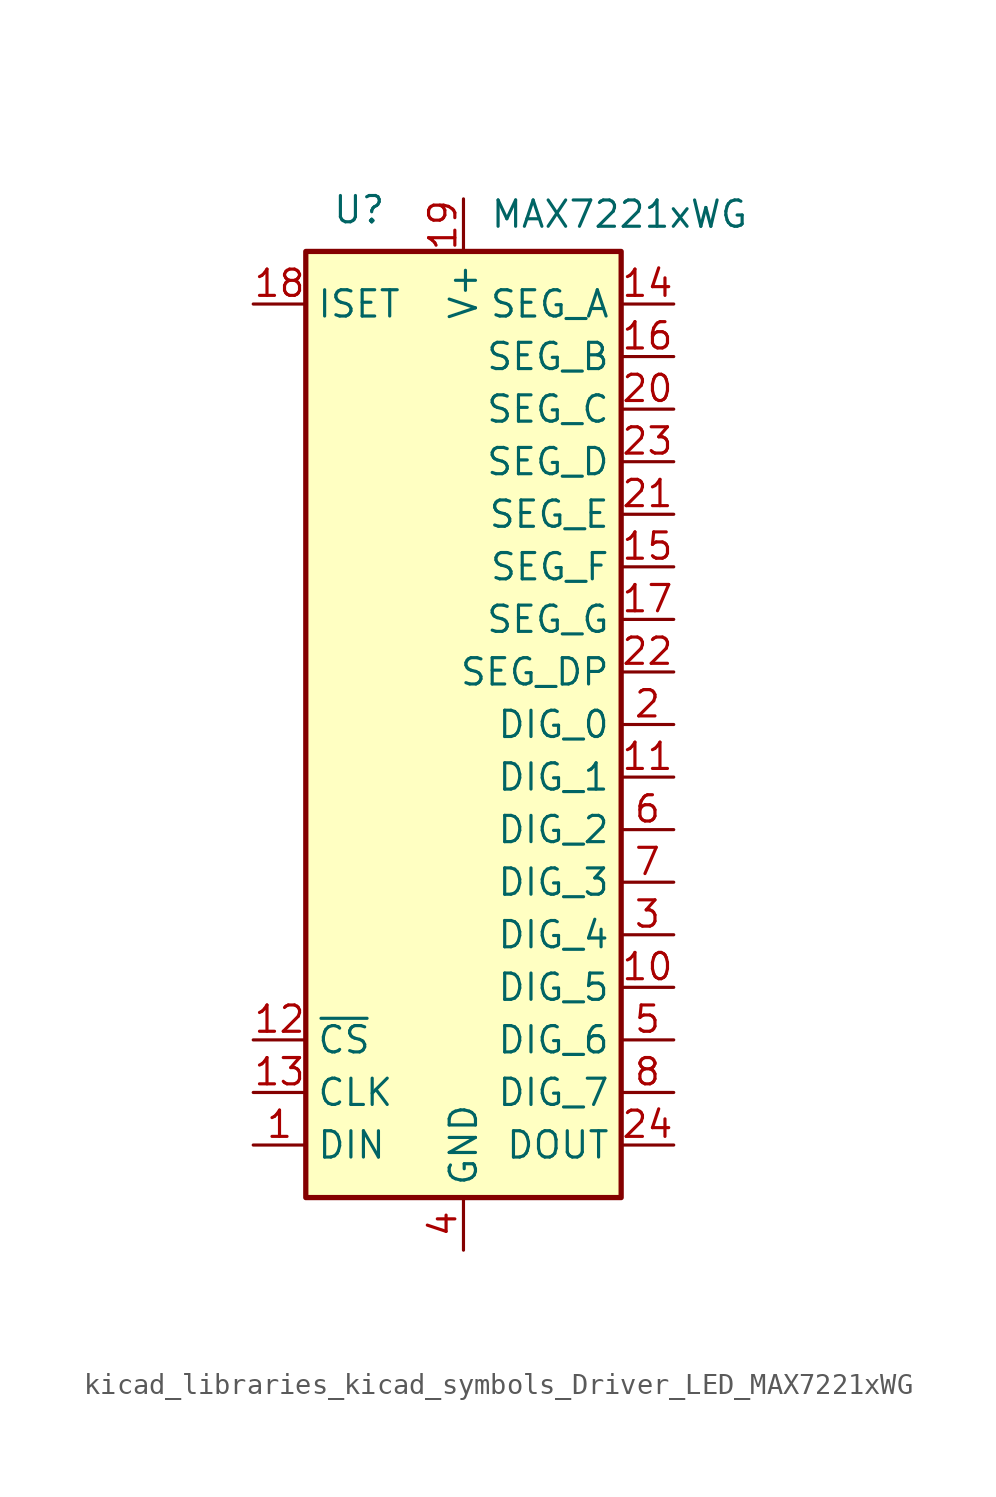
<source format=kicad_sym>
(kicad_symbol_lib
  (version 20220914)
  (generator kicad_symbol_editor)
  (symbol "kicad_libraries_kicad_symbols_Driver_LED_MAX7221xWG"
    (property "Reference" "U"
      (at -6.35 24.13 0)
      (effects (font (size 1.27 1.27)) (justify left bottom)))
    (property "Value" "MAX7221xWG"
      (at 1.27 25.4 0)
      (effects (font (size 1.27 1.27)) (justify left top)))
    (symbol "kicad_libraries_kicad_symbols_Driver_LED_MAX7221xWG_0_1"
      (rectangle (start -7.62 22.86) (end 7.62 -22.86) (stroke (width 0.254) (type default)) (fill (type background))))
    (symbol "kicad_libraries_kicad_symbols_Driver_LED_MAX7221xWG_1_1"
      (pin input line (at -10.16 -20.32 0) (length 2.54) (name "DIN" (effects (font (size 1.27 1.27)))) (number "1" (effects (font (size 1.27 1.27)))))
      (pin open_collector line (at 10.16 -12.7 180) (length 2.54) (name "DIG_5" (effects (font (size 1.27 1.27)))) (number "10" (effects (font (size 1.27 1.27)))))
      (pin open_collector line (at 10.16 -2.54 180) (length 2.54) (name "DIG_1" (effects (font (size 1.27 1.27)))) (number "11" (effects (font (size 1.27 1.27)))))
      (pin input line (at -10.16 -15.24 0) (length 2.54) (name "~{CS}" (effects (font (size 1.27 1.27)))) (number "12" (effects (font (size 1.27 1.27)))))
      (pin input line (at -10.16 -17.78 0) (length 2.54) (name "CLK" (effects (font (size 1.27 1.27)))) (number "13" (effects (font (size 1.27 1.27)))))
      (pin open_emitter line (at 10.16 20.32 180) (length 2.54) (name "SEG_A" (effects (font (size 1.27 1.27)))) (number "14" (effects (font (size 1.27 1.27)))))
      (pin open_emitter line (at 10.16 7.62 180) (length 2.54) (name "SEG_F" (effects (font (size 1.27 1.27)))) (number "15" (effects (font (size 1.27 1.27)))))
      (pin open_emitter line (at 10.16 17.78 180) (length 2.54) (name "SEG_B" (effects (font (size 1.27 1.27)))) (number "16" (effects (font (size 1.27 1.27)))))
      (pin open_emitter line (at 10.16 5.08 180) (length 2.54) (name "SEG_G" (effects (font (size 1.27 1.27)))) (number "17" (effects (font (size 1.27 1.27)))))
      (pin input line (at -10.16 20.32 0) (length 2.54) (name "ISET" (effects (font (size 1.27 1.27)))) (number "18" (effects (font (size 1.27 1.27)))))
      (pin power_in line (at 0 25.4 270) (length 2.54) (name "V+" (effects (font (size 1.27 1.27)))) (number "19" (effects (font (size 1.27 1.27)))))
      (pin open_collector line (at 10.16 0 180) (length 2.54) (name "DIG_0" (effects (font (size 1.27 1.27)))) (number "2" (effects (font (size 1.27 1.27)))))
      (pin open_emitter line (at 10.16 15.24 180) (length 2.54) (name "SEG_C" (effects (font (size 1.27 1.27)))) (number "20" (effects (font (size 1.27 1.27)))))
      (pin open_emitter line (at 10.16 10.16 180) (length 2.54) (name "SEG_E" (effects (font (size 1.27 1.27)))) (number "21" (effects (font (size 1.27 1.27)))))
      (pin open_emitter line (at 10.16 2.54 180) (length 2.54) (name "SEG_DP" (effects (font (size 1.27 1.27)))) (number "22" (effects (font (size 1.27 1.27)))))
      (pin open_emitter line (at 10.16 12.7 180) (length 2.54) (name "SEG_D" (effects (font (size 1.27 1.27)))) (number "23" (effects (font (size 1.27 1.27)))))
      (pin output line (at 10.16 -20.32 180) (length 2.54) (name "DOUT" (effects (font (size 1.27 1.27)))) (number "24" (effects (font (size 1.27 1.27)))))
      (pin open_collector line (at 10.16 -10.16 180) (length 2.54) (name "DIG_4" (effects (font (size 1.27 1.27)))) (number "3" (effects (font (size 1.27 1.27)))))
      (pin power_in line (at 0 -25.4 90) (length 2.54) (name "GND" (effects (font (size 1.27 1.27)))) (number "4" (effects (font (size 1.27 1.27)))))
      (pin open_collector line (at 10.16 -15.24 180) (length 2.54) (name "DIG_6" (effects (font (size 1.27 1.27)))) (number "5" (effects (font (size 1.27 1.27)))))
      (pin open_collector line (at 10.16 -5.08 180) (length 2.54) (name "DIG_2" (effects (font (size 1.27 1.27)))) (number "6" (effects (font (size 1.27 1.27)))))
      (pin open_collector line (at 10.16 -7.62 180) (length 2.54) (name "DIG_3" (effects (font (size 1.27 1.27)))) (number "7" (effects (font (size 1.27 1.27)))))
      (pin open_collector line (at 10.16 -17.78 180) (length 2.54) (name "DIG_7" (effects (font (size 1.27 1.27)))) (number "8" (effects (font (size 1.27 1.27)))))
      (pin passive line (at 0 -25.4 90) (length 2.54) hide (name "GND" (effects (font (size 1.27 1.27)))) (number "9" (effects (font (size 1.27 1.27))))))))
</source>
